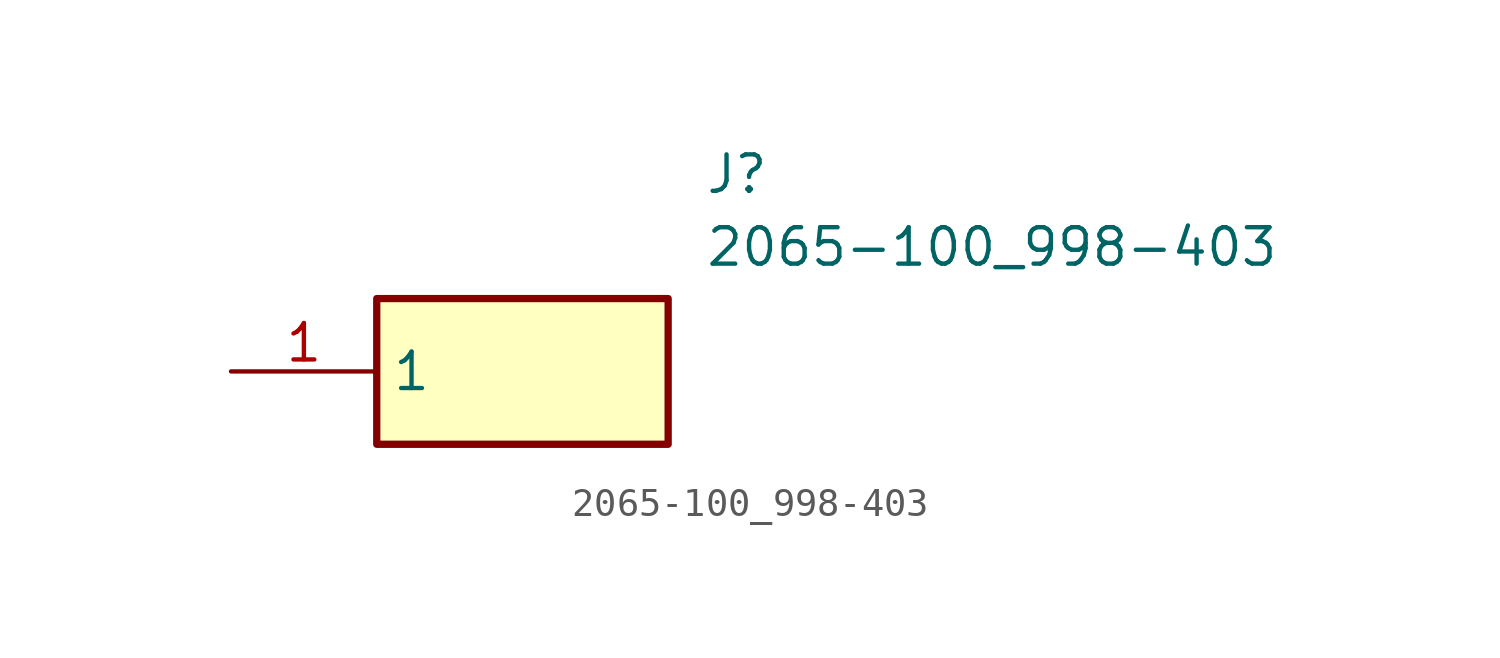
<source format=kicad_sym>
(kicad_symbol_lib
  (version 20211014)
  (generator SamacSys_ECAD_Model)
  (symbol "2065-100_998-403"
    (property "Reference" "J"
      (at 16.51 7.62 0)
      (effects (font (size 1.27 1.27)) (justify left top)))
    (property "Value" "2065-100_998-403"
      (at 16.51 5.08 0)
      (effects (font (size 1.27 1.27)) (justify left top)))
    (rectangle
      (start 5.08 2.54)
      (end 15.24 -2.54)
      (stroke (width 0.254) (type default))
      (fill (type background)))
    (pin passive line
      (at 0 0 0)
      (length 5.08)
      (name "1" (effects (font (size 1.27 1.27))))
      (number "1" (effects (font (size 1.27 1.27)))))))
</source>
